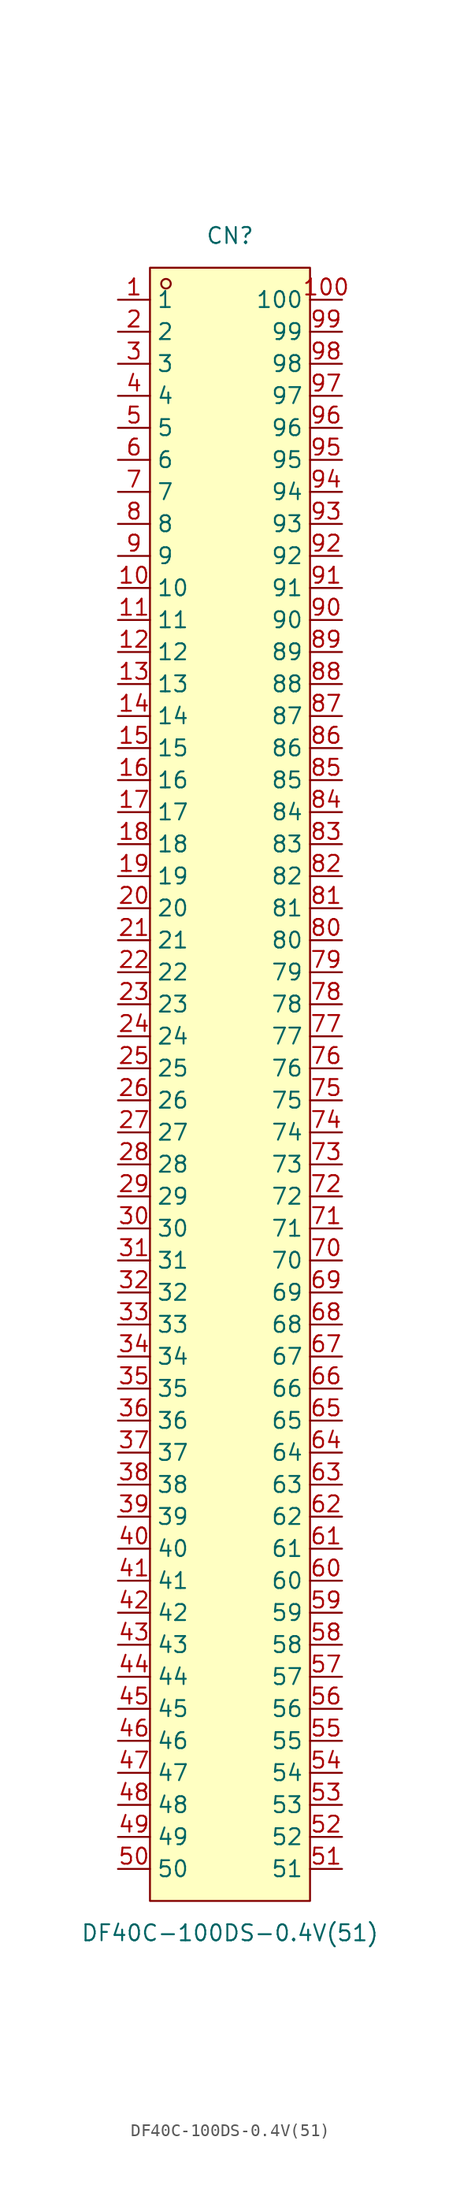
<source format=kicad_sym>
(kicad_symbol_lib
  (version 20211014)
  (generator https://github.com/uPesy/easyeda2kicad.py)
  (symbol "DF40C-100DS-0.4V(51)"
    (property "Reference" "CN"
      (at 0 67.31 0)
      (effects (font (size 1.27 1.27))))
    (property "Value" "DF40C-100DS-0.4V(51)"
      (at 0 -67.31 0)
      (effects (font (size 1.27 1.27))))
    (symbol "DF40C-100DS-0.4V(51)_0_1"
      (rectangle (start -6.35 64.77) (end 6.35 -64.77) (stroke (width 0) (type default) (color 0 0 0 0)) (fill (type background)))
      (circle (center -5.08 63.50) (radius 0.38) (stroke (width 0) (type default) (color 0 0 0 0)) (fill (type none)))
      (pin unspecified line (at -8.89 62.23 0) (length 2.54) (name "1" (effects (font (size 1.27 1.27)))) (number "1" (effects (font (size 1.27 1.27)))))
      (pin unspecified line (at -8.89 59.69 0) (length 2.54) (name "2" (effects (font (size 1.27 1.27)))) (number "2" (effects (font (size 1.27 1.27)))))
      (pin unspecified line (at -8.89 57.15 0) (length 2.54) (name "3" (effects (font (size 1.27 1.27)))) (number "3" (effects (font (size 1.27 1.27)))))
      (pin unspecified line (at -8.89 54.61 0) (length 2.54) (name "4" (effects (font (size 1.27 1.27)))) (number "4" (effects (font (size 1.27 1.27)))))
      (pin unspecified line (at -8.89 52.07 0) (length 2.54) (name "5" (effects (font (size 1.27 1.27)))) (number "5" (effects (font (size 1.27 1.27)))))
      (pin unspecified line (at -8.89 49.53 0) (length 2.54) (name "6" (effects (font (size 1.27 1.27)))) (number "6" (effects (font (size 1.27 1.27)))))
      (pin unspecified line (at -8.89 46.99 0) (length 2.54) (name "7" (effects (font (size 1.27 1.27)))) (number "7" (effects (font (size 1.27 1.27)))))
      (pin unspecified line (at -8.89 44.45 0) (length 2.54) (name "8" (effects (font (size 1.27 1.27)))) (number "8" (effects (font (size 1.27 1.27)))))
      (pin unspecified line (at -8.89 41.91 0) (length 2.54) (name "9" (effects (font (size 1.27 1.27)))) (number "9" (effects (font (size 1.27 1.27)))))
      (pin unspecified line (at -8.89 39.37 0) (length 2.54) (name "10" (effects (font (size 1.27 1.27)))) (number "10" (effects (font (size 1.27 1.27)))))
      (pin unspecified line (at -8.89 36.83 0) (length 2.54) (name "11" (effects (font (size 1.27 1.27)))) (number "11" (effects (font (size 1.27 1.27)))))
      (pin unspecified line (at -8.89 34.29 0) (length 2.54) (name "12" (effects (font (size 1.27 1.27)))) (number "12" (effects (font (size 1.27 1.27)))))
      (pin unspecified line (at -8.89 31.75 0) (length 2.54) (name "13" (effects (font (size 1.27 1.27)))) (number "13" (effects (font (size 1.27 1.27)))))
      (pin unspecified line (at -8.89 29.21 0) (length 2.54) (name "14" (effects (font (size 1.27 1.27)))) (number "14" (effects (font (size 1.27 1.27)))))
      (pin unspecified line (at -8.89 26.67 0) (length 2.54) (name "15" (effects (font (size 1.27 1.27)))) (number "15" (effects (font (size 1.27 1.27)))))
      (pin unspecified line (at -8.89 24.13 0) (length 2.54) (name "16" (effects (font (size 1.27 1.27)))) (number "16" (effects (font (size 1.27 1.27)))))
      (pin unspecified line (at -8.89 21.59 0) (length 2.54) (name "17" (effects (font (size 1.27 1.27)))) (number "17" (effects (font (size 1.27 1.27)))))
      (pin unspecified line (at -8.89 19.05 0) (length 2.54) (name "18" (effects (font (size 1.27 1.27)))) (number "18" (effects (font (size 1.27 1.27)))))
      (pin unspecified line (at -8.89 16.51 0) (length 2.54) (name "19" (effects (font (size 1.27 1.27)))) (number "19" (effects (font (size 1.27 1.27)))))
      (pin unspecified line (at -8.89 13.97 0) (length 2.54) (name "20" (effects (font (size 1.27 1.27)))) (number "20" (effects (font (size 1.27 1.27)))))
      (pin unspecified line (at -8.89 11.43 0) (length 2.54) (name "21" (effects (font (size 1.27 1.27)))) (number "21" (effects (font (size 1.27 1.27)))))
      (pin unspecified line (at -8.89 8.89 0) (length 2.54) (name "22" (effects (font (size 1.27 1.27)))) (number "22" (effects (font (size 1.27 1.27)))))
      (pin unspecified line (at -8.89 6.35 0) (length 2.54) (name "23" (effects (font (size 1.27 1.27)))) (number "23" (effects (font (size 1.27 1.27)))))
      (pin unspecified line (at -8.89 3.81 0) (length 2.54) (name "24" (effects (font (size 1.27 1.27)))) (number "24" (effects (font (size 1.27 1.27)))))
      (pin unspecified line (at -8.89 1.27 0) (length 2.54) (name "25" (effects (font (size 1.27 1.27)))) (number "25" (effects (font (size 1.27 1.27)))))
      (pin unspecified line (at -8.89 -1.27 0) (length 2.54) (name "26" (effects (font (size 1.27 1.27)))) (number "26" (effects (font (size 1.27 1.27)))))
      (pin unspecified line (at -8.89 -3.81 0) (length 2.54) (name "27" (effects (font (size 1.27 1.27)))) (number "27" (effects (font (size 1.27 1.27)))))
      (pin unspecified line (at -8.89 -6.35 0) (length 2.54) (name "28" (effects (font (size 1.27 1.27)))) (number "28" (effects (font (size 1.27 1.27)))))
      (pin unspecified line (at -8.89 -8.89 0) (length 2.54) (name "29" (effects (font (size 1.27 1.27)))) (number "29" (effects (font (size 1.27 1.27)))))
      (pin unspecified line (at -8.89 -11.43 0) (length 2.54) (name "30" (effects (font (size 1.27 1.27)))) (number "30" (effects (font (size 1.27 1.27)))))
      (pin unspecified line (at -8.89 -13.97 0) (length 2.54) (name "31" (effects (font (size 1.27 1.27)))) (number "31" (effects (font (size 1.27 1.27)))))
      (pin unspecified line (at -8.89 -16.51 0) (length 2.54) (name "32" (effects (font (size 1.27 1.27)))) (number "32" (effects (font (size 1.27 1.27)))))
      (pin unspecified line (at -8.89 -19.05 0) (length 2.54) (name "33" (effects (font (size 1.27 1.27)))) (number "33" (effects (font (size 1.27 1.27)))))
      (pin unspecified line (at -8.89 -21.59 0) (length 2.54) (name "34" (effects (font (size 1.27 1.27)))) (number "34" (effects (font (size 1.27 1.27)))))
      (pin unspecified line (at -8.89 -24.13 0) (length 2.54) (name "35" (effects (font (size 1.27 1.27)))) (number "35" (effects (font (size 1.27 1.27)))))
      (pin unspecified line (at -8.89 -26.67 0) (length 2.54) (name "36" (effects (font (size 1.27 1.27)))) (number "36" (effects (font (size 1.27 1.27)))))
      (pin unspecified line (at -8.89 -29.21 0) (length 2.54) (name "37" (effects (font (size 1.27 1.27)))) (number "37" (effects (font (size 1.27 1.27)))))
      (pin unspecified line (at -8.89 -31.75 0) (length 2.54) (name "38" (effects (font (size 1.27 1.27)))) (number "38" (effects (font (size 1.27 1.27)))))
      (pin unspecified line (at -8.89 -34.29 0) (length 2.54) (name "39" (effects (font (size 1.27 1.27)))) (number "39" (effects (font (size 1.27 1.27)))))
      (pin unspecified line (at -8.89 -36.83 0) (length 2.54) (name "40" (effects (font (size 1.27 1.27)))) (number "40" (effects (font (size 1.27 1.27)))))
      (pin unspecified line (at -8.89 -39.37 0) (length 2.54) (name "41" (effects (font (size 1.27 1.27)))) (number "41" (effects (font (size 1.27 1.27)))))
      (pin unspecified line (at -8.89 -41.91 0) (length 2.54) (name "42" (effects (font (size 1.27 1.27)))) (number "42" (effects (font (size 1.27 1.27)))))
      (pin unspecified line (at -8.89 -44.45 0) (length 2.54) (name "43" (effects (font (size 1.27 1.27)))) (number "43" (effects (font (size 1.27 1.27)))))
      (pin unspecified line (at -8.89 -46.99 0) (length 2.54) (name "44" (effects (font (size 1.27 1.27)))) (number "44" (effects (font (size 1.27 1.27)))))
      (pin unspecified line (at -8.89 -49.53 0) (length 2.54) (name "45" (effects (font (size 1.27 1.27)))) (number "45" (effects (font (size 1.27 1.27)))))
      (pin unspecified line (at -8.89 -52.07 0) (length 2.54) (name "46" (effects (font (size 1.27 1.27)))) (number "46" (effects (font (size 1.27 1.27)))))
      (pin unspecified line (at -8.89 -54.61 0) (length 2.54) (name "47" (effects (font (size 1.27 1.27)))) (number "47" (effects (font (size 1.27 1.27)))))
      (pin unspecified line (at -8.89 -57.15 0) (length 2.54) (name "48" (effects (font (size 1.27 1.27)))) (number "48" (effects (font (size 1.27 1.27)))))
      (pin unspecified line (at -8.89 -59.69 0) (length 2.54) (name "49" (effects (font (size 1.27 1.27)))) (number "49" (effects (font (size 1.27 1.27)))))
      (pin unspecified line (at -8.89 -62.23 0) (length 2.54) (name "50" (effects (font (size 1.27 1.27)))) (number "50" (effects (font (size 1.27 1.27)))))
      (pin unspecified line (at 8.89 -62.23 180) (length 2.54) (name "51" (effects (font (size 1.27 1.27)))) (number "51" (effects (font (size 1.27 1.27)))))
      (pin unspecified line (at 8.89 -59.69 180) (length 2.54) (name "52" (effects (font (size 1.27 1.27)))) (number "52" (effects (font (size 1.27 1.27)))))
      (pin unspecified line (at 8.89 -57.15 180) (length 2.54) (name "53" (effects (font (size 1.27 1.27)))) (number "53" (effects (font (size 1.27 1.27)))))
      (pin unspecified line (at 8.89 -54.61 180) (length 2.54) (name "54" (effects (font (size 1.27 1.27)))) (number "54" (effects (font (size 1.27 1.27)))))
      (pin unspecified line (at 8.89 -52.07 180) (length 2.54) (name "55" (effects (font (size 1.27 1.27)))) (number "55" (effects (font (size 1.27 1.27)))))
      (pin unspecified line (at 8.89 -49.53 180) (length 2.54) (name "56" (effects (font (size 1.27 1.27)))) (number "56" (effects (font (size 1.27 1.27)))))
      (pin unspecified line (at 8.89 -46.99 180) (length 2.54) (name "57" (effects (font (size 1.27 1.27)))) (number "57" (effects (font (size 1.27 1.27)))))
      (pin unspecified line (at 8.89 -44.45 180) (length 2.54) (name "58" (effects (font (size 1.27 1.27)))) (number "58" (effects (font (size 1.27 1.27)))))
      (pin unspecified line (at 8.89 -41.91 180) (length 2.54) (name "59" (effects (font (size 1.27 1.27)))) (number "59" (effects (font (size 1.27 1.27)))))
      (pin unspecified line (at 8.89 -39.37 180) (length 2.54) (name "60" (effects (font (size 1.27 1.27)))) (number "60" (effects (font (size 1.27 1.27)))))
      (pin unspecified line (at 8.89 -36.83 180) (length 2.54) (name "61" (effects (font (size 1.27 1.27)))) (number "61" (effects (font (size 1.27 1.27)))))
      (pin unspecified line (at 8.89 -34.29 180) (length 2.54) (name "62" (effects (font (size 1.27 1.27)))) (number "62" (effects (font (size 1.27 1.27)))))
      (pin unspecified line (at 8.89 -31.75 180) (length 2.54) (name "63" (effects (font (size 1.27 1.27)))) (number "63" (effects (font (size 1.27 1.27)))))
      (pin unspecified line (at 8.89 -29.21 180) (length 2.54) (name "64" (effects (font (size 1.27 1.27)))) (number "64" (effects (font (size 1.27 1.27)))))
      (pin unspecified line (at 8.89 -26.67 180) (length 2.54) (name "65" (effects (font (size 1.27 1.27)))) (number "65" (effects (font (size 1.27 1.27)))))
      (pin unspecified line (at 8.89 -24.13 180) (length 2.54) (name "66" (effects (font (size 1.27 1.27)))) (number "66" (effects (font (size 1.27 1.27)))))
      (pin unspecified line (at 8.89 -21.59 180) (length 2.54) (name "67" (effects (font (size 1.27 1.27)))) (number "67" (effects (font (size 1.27 1.27)))))
      (pin unspecified line (at 8.89 -19.05 180) (length 2.54) (name "68" (effects (font (size 1.27 1.27)))) (number "68" (effects (font (size 1.27 1.27)))))
      (pin unspecified line (at 8.89 -16.51 180) (length 2.54) (name "69" (effects (font (size 1.27 1.27)))) (number "69" (effects (font (size 1.27 1.27)))))
      (pin unspecified line (at 8.89 -13.97 180) (length 2.54) (name "70" (effects (font (size 1.27 1.27)))) (number "70" (effects (font (size 1.27 1.27)))))
      (pin unspecified line (at 8.89 -11.43 180) (length 2.54) (name "71" (effects (font (size 1.27 1.27)))) (number "71" (effects (font (size 1.27 1.27)))))
      (pin unspecified line (at 8.89 -8.89 180) (length 2.54) (name "72" (effects (font (size 1.27 1.27)))) (number "72" (effects (font (size 1.27 1.27)))))
      (pin unspecified line (at 8.89 -6.35 180) (length 2.54) (name "73" (effects (font (size 1.27 1.27)))) (number "73" (effects (font (size 1.27 1.27)))))
      (pin unspecified line (at 8.89 -3.81 180) (length 2.54) (name "74" (effects (font (size 1.27 1.27)))) (number "74" (effects (font (size 1.27 1.27)))))
      (pin unspecified line (at 8.89 -1.27 180) (length 2.54) (name "75" (effects (font (size 1.27 1.27)))) (number "75" (effects (font (size 1.27 1.27)))))
      (pin unspecified line (at 8.89 1.27 180) (length 2.54) (name "76" (effects (font (size 1.27 1.27)))) (number "76" (effects (font (size 1.27 1.27)))))
      (pin unspecified line (at 8.89 3.81 180) (length 2.54) (name "77" (effects (font (size 1.27 1.27)))) (number "77" (effects (font (size 1.27 1.27)))))
      (pin unspecified line (at 8.89 6.35 180) (length 2.54) (name "78" (effects (font (size 1.27 1.27)))) (number "78" (effects (font (size 1.27 1.27)))))
      (pin unspecified line (at 8.89 8.89 180) (length 2.54) (name "79" (effects (font (size 1.27 1.27)))) (number "79" (effects (font (size 1.27 1.27)))))
      (pin unspecified line (at 8.89 11.43 180) (length 2.54) (name "80" (effects (font (size 1.27 1.27)))) (number "80" (effects (font (size 1.27 1.27)))))
      (pin unspecified line (at 8.89 13.97 180) (length 2.54) (name "81" (effects (font (size 1.27 1.27)))) (number "81" (effects (font (size 1.27 1.27)))))
      (pin unspecified line (at 8.89 16.51 180) (length 2.54) (name "82" (effects (font (size 1.27 1.27)))) (number "82" (effects (font (size 1.27 1.27)))))
      (pin unspecified line (at 8.89 19.05 180) (length 2.54) (name "83" (effects (font (size 1.27 1.27)))) (number "83" (effects (font (size 1.27 1.27)))))
      (pin unspecified line (at 8.89 21.59 180) (length 2.54) (name "84" (effects (font (size 1.27 1.27)))) (number "84" (effects (font (size 1.27 1.27)))))
      (pin unspecified line (at 8.89 24.13 180) (length 2.54) (name "85" (effects (font (size 1.27 1.27)))) (number "85" (effects (font (size 1.27 1.27)))))
      (pin unspecified line (at 8.89 26.67 180) (length 2.54) (name "86" (effects (font (size 1.27 1.27)))) (number "86" (effects (font (size 1.27 1.27)))))
      (pin unspecified line (at 8.89 29.21 180) (length 2.54) (name "87" (effects (font (size 1.27 1.27)))) (number "87" (effects (font (size 1.27 1.27)))))
      (pin unspecified line (at 8.89 31.75 180) (length 2.54) (name "88" (effects (font (size 1.27 1.27)))) (number "88" (effects (font (size 1.27 1.27)))))
      (pin unspecified line (at 8.89 34.29 180) (length 2.54) (name "89" (effects (font (size 1.27 1.27)))) (number "89" (effects (font (size 1.27 1.27)))))
      (pin unspecified line (at 8.89 36.83 180) (length 2.54) (name "90" (effects (font (size 1.27 1.27)))) (number "90" (effects (font (size 1.27 1.27)))))
      (pin unspecified line (at 8.89 39.37 180) (length 2.54) (name "91" (effects (font (size 1.27 1.27)))) (number "91" (effects (font (size 1.27 1.27)))))
      (pin unspecified line (at 8.89 41.91 180) (length 2.54) (name "92" (effects (font (size 1.27 1.27)))) (number "92" (effects (font (size 1.27 1.27)))))
      (pin unspecified line (at 8.89 44.45 180) (length 2.54) (name "93" (effects (font (size 1.27 1.27)))) (number "93" (effects (font (size 1.27 1.27)))))
      (pin unspecified line (at 8.89 46.99 180) (length 2.54) (name "94" (effects (font (size 1.27 1.27)))) (number "94" (effects (font (size 1.27 1.27)))))
      (pin unspecified line (at 8.89 49.53 180) (length 2.54) (name "95" (effects (font (size 1.27 1.27)))) (number "95" (effects (font (size 1.27 1.27)))))
      (pin unspecified line (at 8.89 52.07 180) (length 2.54) (name "96" (effects (font (size 1.27 1.27)))) (number "96" (effects (font (size 1.27 1.27)))))
      (pin unspecified line (at 8.89 54.61 180) (length 2.54) (name "97" (effects (font (size 1.27 1.27)))) (number "97" (effects (font (size 1.27 1.27)))))
      (pin unspecified line (at 8.89 57.15 180) (length 2.54) (name "98" (effects (font (size 1.27 1.27)))) (number "98" (effects (font (size 1.27 1.27)))))
      (pin unspecified line (at 8.89 59.69 180) (length 2.54) (name "99" (effects (font (size 1.27 1.27)))) (number "99" (effects (font (size 1.27 1.27)))))
      (pin unspecified line (at 8.89 62.23 180) (length 2.54) (name "100" (effects (font (size 1.27 1.27)))) (number "100" (effects (font (size 1.27 1.27))))))))
</source>
